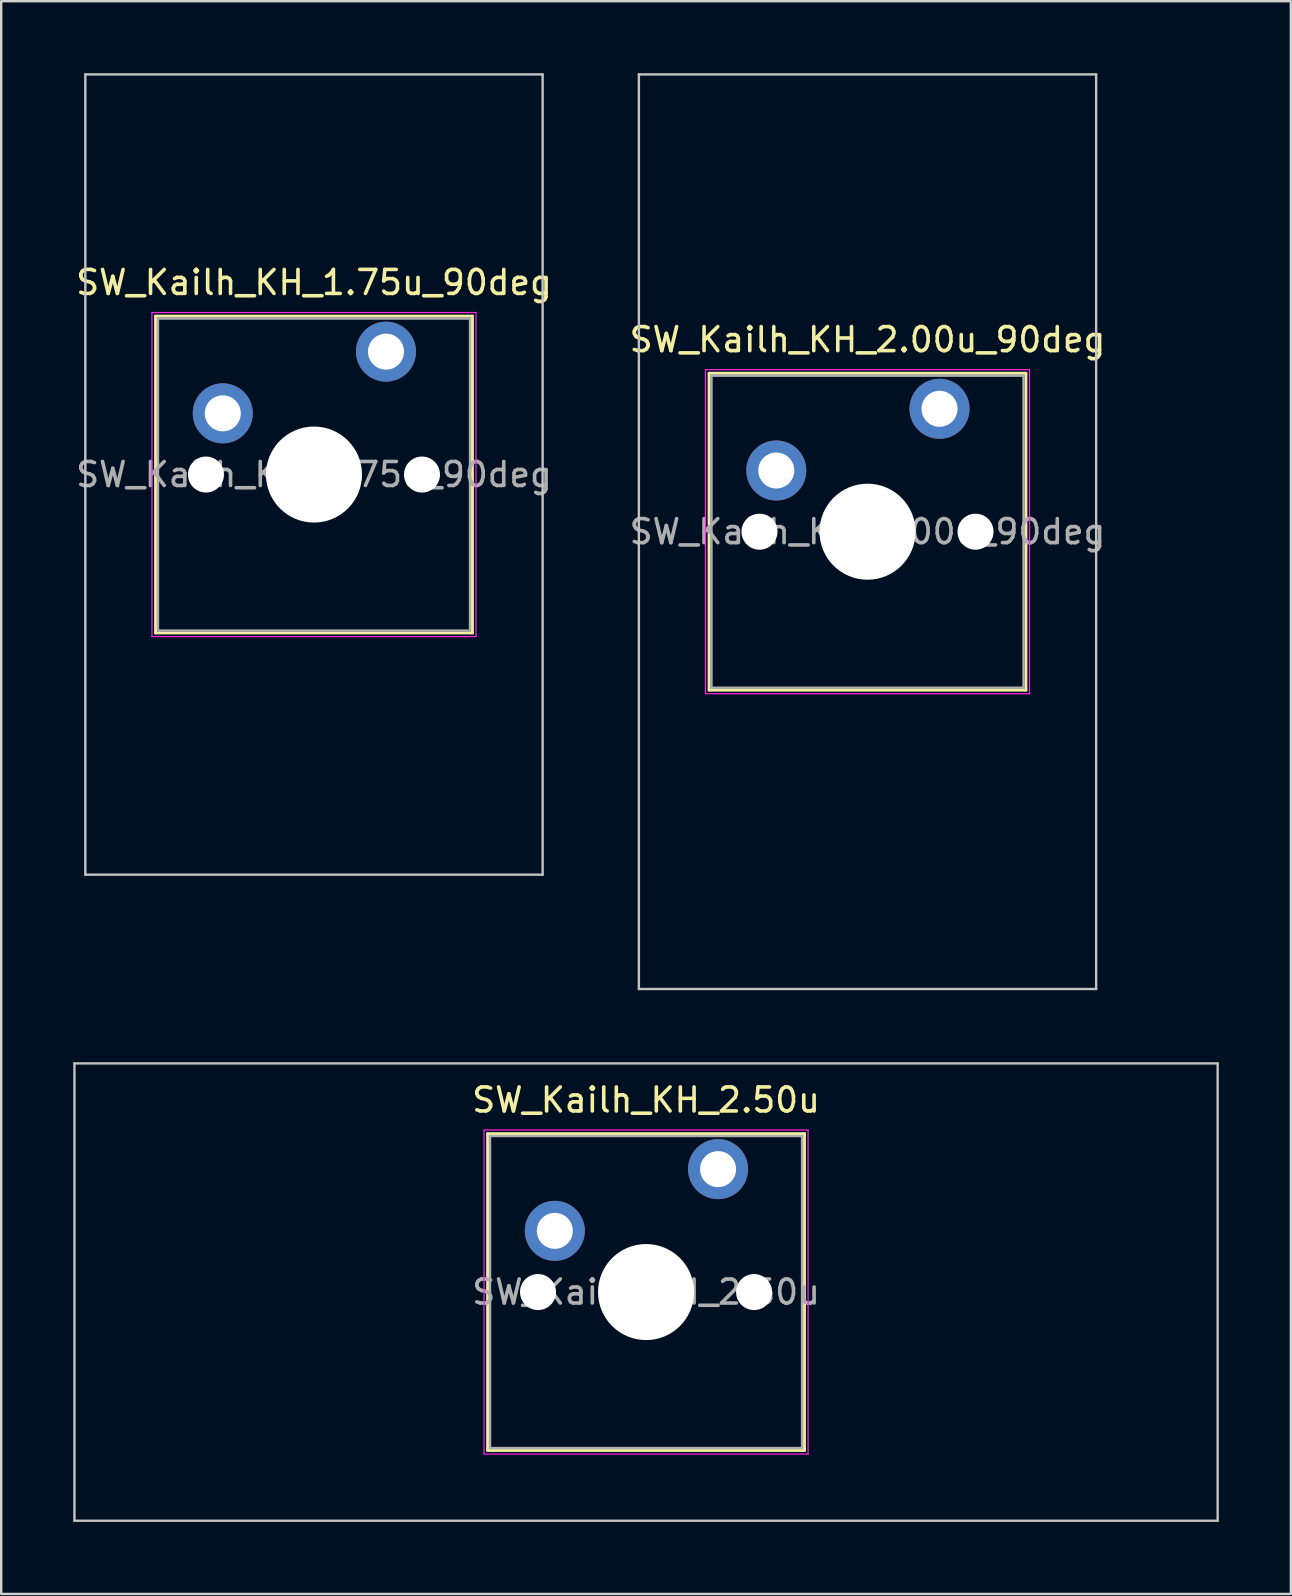
<source format=kicad_pcb>
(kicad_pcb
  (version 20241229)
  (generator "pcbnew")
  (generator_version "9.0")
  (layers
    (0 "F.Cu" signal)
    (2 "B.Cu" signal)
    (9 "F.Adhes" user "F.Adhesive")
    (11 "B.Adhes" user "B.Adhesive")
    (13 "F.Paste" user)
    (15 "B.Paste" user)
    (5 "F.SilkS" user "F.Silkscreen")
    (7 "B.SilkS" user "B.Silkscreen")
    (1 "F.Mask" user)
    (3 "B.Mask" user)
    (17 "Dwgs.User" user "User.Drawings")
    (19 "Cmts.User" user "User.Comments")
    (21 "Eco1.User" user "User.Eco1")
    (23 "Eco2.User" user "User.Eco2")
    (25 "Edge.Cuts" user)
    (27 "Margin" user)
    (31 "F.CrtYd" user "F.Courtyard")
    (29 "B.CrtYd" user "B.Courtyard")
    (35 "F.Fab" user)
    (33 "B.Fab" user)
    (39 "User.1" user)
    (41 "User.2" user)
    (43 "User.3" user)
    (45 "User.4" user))
  (footprint "SW_Kailh_KH_2.00u_90deg"
    (layer "F.Cu")
    (at 33.089 19.1)
    (property "Reference" "SW_Kailh_KH_2.00u_90deg" (at 0 -8 0) (layer "F.SilkS") (effects (font (size 1 1) (thickness 0.15))))
    (attr through_hole)
    (fp_line (start -6.6 -6.6) (end -6.6 6.6) (stroke (width 0.12) (type solid)) (layer "F.SilkS"))
    (fp_line (start -6.6 6.6) (end 6.6 6.6) (stroke (width 0.12) (type solid)) (layer "F.SilkS"))
    (fp_line (start 6.6 -6.6) (end -6.6 -6.6) (stroke (width 0.12) (type solid)) (layer "F.SilkS"))
    (fp_line (start 6.6 6.6) (end 6.6 -6.6) (stroke (width 0.12) (type solid)) (layer "F.SilkS"))
    (fp_line (start -9.525 -19.05) (end 9.525 -19.05) (stroke (width 0.1) (type solid)) (layer "Dwgs.User"))
    (fp_line (start -9.525 19.05) (end -9.525 -19.05) (stroke (width 0.1) (type solid)) (layer "Dwgs.User"))
    (fp_line (start 9.525 -19.05) (end 9.525 19.05) (stroke (width 0.1) (type solid)) (layer "Dwgs.User"))
    (fp_line (start 9.525 19.05) (end -9.525 19.05) (stroke (width 0.1) (type solid)) (layer "Dwgs.User"))
    (fp_line (start -6.1 -6.1) (end -6.1 6.1) (stroke (width 0.1) (type solid)) (layer "Eco1.User"))
    (fp_line (start -6.1 6.1) (end 6.1 6.1) (stroke (width 0.1) (type solid)) (layer "Eco1.User"))
    (fp_line (start 6.1 -6.1) (end -6.1 -6.1) (stroke (width 0.1) (type solid)) (layer "Eco1.User"))
    (fp_line (start 6.1 6.1) (end 6.1 -6.1) (stroke (width 0.1) (type solid)) (layer "Eco1.User"))
    (fp_line (start -6.75 -6.75) (end -6.75 6.75) (stroke (width 0.05) (type solid)) (layer "F.CrtYd"))
    (fp_line (start -6.75 6.75) (end 6.75 6.75) (stroke (width 0.05) (type solid)) (layer "F.CrtYd"))
    (fp_line (start 6.75 -6.75) (end -6.75 -6.75) (stroke (width 0.05) (type solid)) (layer "F.CrtYd"))
    (fp_line (start 6.75 6.75) (end 6.75 -6.75) (stroke (width 0.05) (type solid)) (layer "F.CrtYd"))
    (fp_line (start -6.5 -6.5) (end -6.5 6.5) (stroke (width 0.1) (type solid)) (layer "F.Fab"))
    (fp_line (start -6.5 6.5) (end 6.5 6.5) (stroke (width 0.1) (type solid)) (layer "F.Fab"))
    (fp_line (start 6.5 -6.5) (end -6.5 -6.5) (stroke (width 0.1) (type solid)) (layer "F.Fab"))
    (fp_line (start 6.5 6.5) (end 6.5 -6.5) (stroke (width 0.1) (type solid)) (layer "F.Fab"))
    (fp_text user "${REFERENCE}" (at 0 0 0) (layer "F.Fab") (effects (font (size 1 1) (thickness 0.15))))
    (pad "" np_thru_hole circle (at -4.5 0) (size 1.5 1.5) (drill 1.5) (layers "*.Cu" "*.Mask"))
    (pad "" smd circle (at -3.8 -2.55) (size 1.55 1.55) (layers "F.Mask"))
    (pad "" np_thru_hole circle (at 0 0) (size 4 4) (drill 4) (layers "*.Cu" "*.Mask"))
    (pad "" smd circle (at 3 -5.12) (size 1.55 1.55) (layers "F.Mask"))
    (pad "" np_thru_hole circle (at 4.5 0) (size 1.5 1.5) (drill 1.5) (layers "*.Cu" "*.Mask"))
    (pad "1" thru_hole circle (at -3.8 -2.55) (size 2.5 2.5) (drill 1.5) (layers "*.Cu" "B.Mask"))
    (pad "2" thru_hole circle (at 3 -5.12) (size 2.5 2.5) (drill 1.5) (layers "*.Cu" "B.Mask")))
  (footprint "SW_Kailh_KH_1.75u_90deg"
    (layer "F.Cu")
    (at 10.03 16.719)
    (property "Reference" "SW_Kailh_KH_1.75u_90deg" (at 0 -8 0) (layer "F.SilkS") (effects (font (size 1 1) (thickness 0.15))))
    (attr through_hole)
    (fp_line (start -6.6 -6.6) (end -6.6 6.6) (stroke (width 0.12) (type solid)) (layer "F.SilkS"))
    (fp_line (start -6.6 6.6) (end 6.6 6.6) (stroke (width 0.12) (type solid)) (layer "F.SilkS"))
    (fp_line (start 6.6 -6.6) (end -6.6 -6.6) (stroke (width 0.12) (type solid)) (layer "F.SilkS"))
    (fp_line (start 6.6 6.6) (end 6.6 -6.6) (stroke (width 0.12) (type solid)) (layer "F.SilkS"))
    (fp_line (start -9.525 -16.669) (end 9.525 -16.669) (stroke (width 0.1) (type solid)) (layer "Dwgs.User"))
    (fp_line (start -9.525 16.669) (end -9.525 -16.669) (stroke (width 0.1) (type solid)) (layer "Dwgs.User"))
    (fp_line (start 9.525 -16.669) (end 9.525 16.669) (stroke (width 0.1) (type solid)) (layer "Dwgs.User"))
    (fp_line (start 9.525 16.669) (end -9.525 16.669) (stroke (width 0.1) (type solid)) (layer "Dwgs.User"))
    (fp_line (start -6.1 -6.1) (end -6.1 6.1) (stroke (width 0.1) (type solid)) (layer "Eco1.User"))
    (fp_line (start -6.1 6.1) (end 6.1 6.1) (stroke (width 0.1) (type solid)) (layer "Eco1.User"))
    (fp_line (start 6.1 -6.1) (end -6.1 -6.1) (stroke (width 0.1) (type solid)) (layer "Eco1.User"))
    (fp_line (start 6.1 6.1) (end 6.1 -6.1) (stroke (width 0.1) (type solid)) (layer "Eco1.User"))
    (fp_line (start -6.75 -6.75) (end -6.75 6.75) (stroke (width 0.05) (type solid)) (layer "F.CrtYd"))
    (fp_line (start -6.75 6.75) (end 6.75 6.75) (stroke (width 0.05) (type solid)) (layer "F.CrtYd"))
    (fp_line (start 6.75 -6.75) (end -6.75 -6.75) (stroke (width 0.05) (type solid)) (layer "F.CrtYd"))
    (fp_line (start 6.75 6.75) (end 6.75 -6.75) (stroke (width 0.05) (type solid)) (layer "F.CrtYd"))
    (fp_line (start -6.5 -6.5) (end -6.5 6.5) (stroke (width 0.1) (type solid)) (layer "F.Fab"))
    (fp_line (start -6.5 6.5) (end 6.5 6.5) (stroke (width 0.1) (type solid)) (layer "F.Fab"))
    (fp_line (start 6.5 -6.5) (end -6.5 -6.5) (stroke (width 0.1) (type solid)) (layer "F.Fab"))
    (fp_line (start 6.5 6.5) (end 6.5 -6.5) (stroke (width 0.1) (type solid)) (layer "F.Fab"))
    (fp_text user "${REFERENCE}" (at 0 0 0) (layer "F.Fab") (effects (font (size 1 1) (thickness 0.15))))
    (pad "" np_thru_hole circle (at -4.5 0) (size 1.5 1.5) (drill 1.5) (layers "*.Cu" "*.Mask"))
    (pad "" smd circle (at -3.8 -2.55) (size 1.55 1.55) (layers "F.Mask"))
    (pad "" np_thru_hole circle (at 0 0) (size 4 4) (drill 4) (layers "*.Cu" "*.Mask"))
    (pad "" smd circle (at 3 -5.12) (size 1.55 1.55) (layers "F.Mask"))
    (pad "" np_thru_hole circle (at 4.5 0) (size 1.5 1.5) (drill 1.5) (layers "*.Cu" "*.Mask"))
    (pad "1" thru_hole circle (at -3.8 -2.55) (size 2.5 2.5) (drill 1.5) (layers "*.Cu" "B.Mask"))
    (pad "2" thru_hole circle (at 3 -5.12) (size 2.5 2.5) (drill 1.5) (layers "*.Cu" "B.Mask")))
  (footprint "SW_Kailh_KH_2.50u"
    (layer "F.Cu")
    (at 23.863 50.775)
    (property "Reference" "SW_Kailh_KH_2.50u" (at 0 -8 0) (layer "F.SilkS") (effects (font (size 1 1) (thickness 0.15))))
    (attr through_hole)
    (fp_line (start -6.6 -6.6) (end -6.6 6.6) (stroke (width 0.12) (type solid)) (layer "F.SilkS"))
    (fp_line (start -6.6 6.6) (end 6.6 6.6) (stroke (width 0.12) (type solid)) (layer "F.SilkS"))
    (fp_line (start 6.6 -6.6) (end -6.6 -6.6) (stroke (width 0.12) (type solid)) (layer "F.SilkS"))
    (fp_line (start 6.6 6.6) (end 6.6 -6.6) (stroke (width 0.12) (type solid)) (layer "F.SilkS"))
    (fp_line (start -23.812 -9.525) (end -23.812 9.525) (stroke (width 0.1) (type solid)) (layer "Dwgs.User"))
    (fp_line (start -23.812 9.525) (end 23.812 9.525) (stroke (width 0.1) (type solid)) (layer "Dwgs.User"))
    (fp_line (start 23.812 -9.525) (end -23.812 -9.525) (stroke (width 0.1) (type solid)) (layer "Dwgs.User"))
    (fp_line (start 23.812 9.525) (end 23.812 -9.525) (stroke (width 0.1) (type solid)) (layer "Dwgs.User"))
    (fp_line (start -6.1 -6.1) (end -6.1 6.1) (stroke (width 0.1) (type solid)) (layer "Eco1.User"))
    (fp_line (start -6.1 6.1) (end 6.1 6.1) (stroke (width 0.1) (type solid)) (layer "Eco1.User"))
    (fp_line (start 6.1 -6.1) (end -6.1 -6.1) (stroke (width 0.1) (type solid)) (layer "Eco1.User"))
    (fp_line (start 6.1 6.1) (end 6.1 -6.1) (stroke (width 0.1) (type solid)) (layer "Eco1.User"))
    (fp_line (start -6.75 -6.75) (end -6.75 6.75) (stroke (width 0.05) (type solid)) (layer "F.CrtYd"))
    (fp_line (start -6.75 6.75) (end 6.75 6.75) (stroke (width 0.05) (type solid)) (layer "F.CrtYd"))
    (fp_line (start 6.75 -6.75) (end -6.75 -6.75) (stroke (width 0.05) (type solid)) (layer "F.CrtYd"))
    (fp_line (start 6.75 6.75) (end 6.75 -6.75) (stroke (width 0.05) (type solid)) (layer "F.CrtYd"))
    (fp_line (start -6.5 -6.5) (end -6.5 6.5) (stroke (width 0.1) (type solid)) (layer "F.Fab"))
    (fp_line (start -6.5 6.5) (end 6.5 6.5) (stroke (width 0.1) (type solid)) (layer "F.Fab"))
    (fp_line (start 6.5 -6.5) (end -6.5 -6.5) (stroke (width 0.1) (type solid)) (layer "F.Fab"))
    (fp_line (start 6.5 6.5) (end 6.5 -6.5) (stroke (width 0.1) (type solid)) (layer "F.Fab"))
    (fp_text user "${REFERENCE}" (at 0 0 0) (layer "F.Fab") (effects (font (size 1 1) (thickness 0.15))))
    (pad "" np_thru_hole circle (at -4.5 0) (size 1.5 1.5) (drill 1.5) (layers "*.Cu" "*.Mask"))
    (pad "" smd circle (at -3.8 -2.55) (size 1.55 1.55) (layers "F.Mask"))
    (pad "" np_thru_hole circle (at 0 0) (size 4 4) (drill 4) (layers "*.Cu" "*.Mask"))
    (pad "" smd circle (at 3 -5.12) (size 1.55 1.55) (layers "F.Mask"))
    (pad "" np_thru_hole circle (at 4.5 0) (size 1.5 1.5) (drill 1.5) (layers "*.Cu" "*.Mask"))
    (pad "1" thru_hole circle (at -3.8 -2.55) (size 2.5 2.5) (drill 1.5) (layers "*.Cu" "B.Mask"))
    (pad "2" thru_hole circle (at 3 -5.12) (size 2.5 2.5) (drill 1.5) (layers "*.Cu" "B.Mask")))
  (gr_rect
    (start -3 -3)
    (end 50.725 63.35)
    (stroke (width 0.1) (type default))
    (fill no)
    (layer "Edge.Cuts")))
</source>
